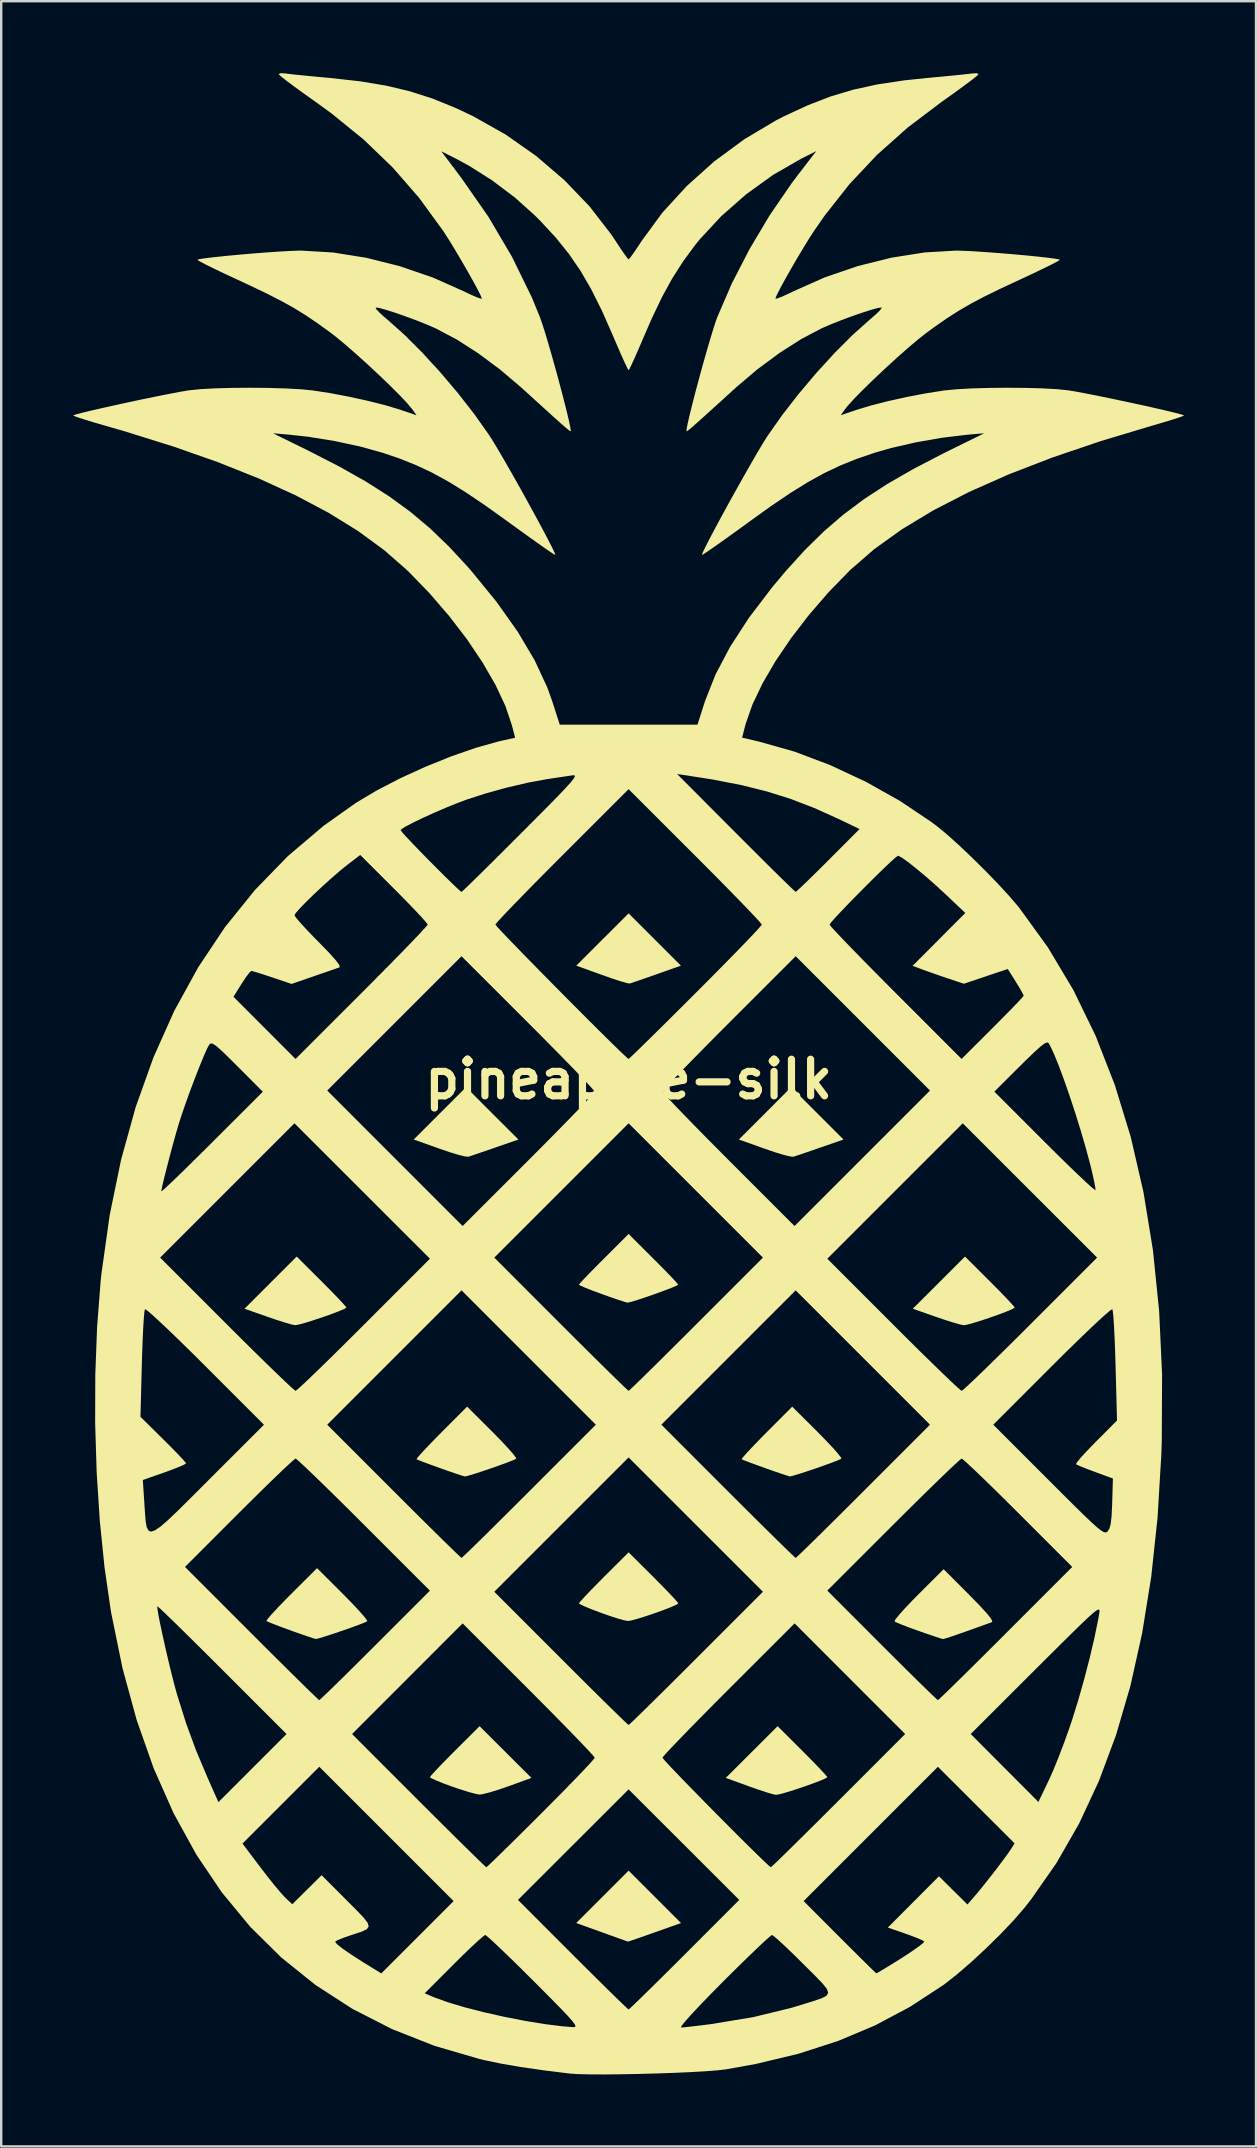
<source format=kicad_pcb>
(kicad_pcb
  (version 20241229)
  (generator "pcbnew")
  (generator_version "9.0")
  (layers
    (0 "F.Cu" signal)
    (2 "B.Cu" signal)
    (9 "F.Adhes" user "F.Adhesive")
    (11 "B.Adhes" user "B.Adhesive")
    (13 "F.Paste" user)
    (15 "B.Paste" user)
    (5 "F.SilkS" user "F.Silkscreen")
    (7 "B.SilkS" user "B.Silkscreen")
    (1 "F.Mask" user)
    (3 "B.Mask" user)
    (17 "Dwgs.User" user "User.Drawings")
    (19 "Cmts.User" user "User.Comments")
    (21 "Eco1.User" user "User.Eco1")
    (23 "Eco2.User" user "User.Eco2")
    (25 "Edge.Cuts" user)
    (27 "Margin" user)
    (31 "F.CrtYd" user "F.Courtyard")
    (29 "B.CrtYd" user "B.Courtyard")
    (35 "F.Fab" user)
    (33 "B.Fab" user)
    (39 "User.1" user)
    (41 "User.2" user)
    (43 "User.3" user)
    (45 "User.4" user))
  (footprint "pineapple-silk"
    (layer "F.Cu")
    (at 23.142 41.919)
    (property "Reference" "pineapple-silk" (at 0 0 0) (layer "F.SilkS") (effects (font (size 1.524 1.524) (thickness 0.3))))
    (attr board_only exclude_from_pos_files exclude_from_bom)
    (fp_poly (pts (xy -5.683 1.421) (xy -4.592 2.511) (xy -5.565 2.848) (xy -5.975 2.99) (xy -6.328 3.111) (xy -6.58 3.196) (xy -6.679 3.229) (xy -6.819 3.216) (xy -7.095 3.147) (xy -7.466 3.035) (xy -7.887 2.891) (xy -8.953 2.51) (xy -6.773 0.33)) (stroke (width 0) (type solid)) (fill yes) (layer "F.SilkS"))
    (fp_poly (pts (xy 2.179 -4.734) (xy 1.16 -4.374) (xy 0.747 -4.229) (xy 0.397 -4.107) (xy 0.15 -4.022) (xy 0.047 -3.989) (xy -0.074 -4.009) (xy -0.332 -4.083) (xy -0.691 -4.2) (xy -1.112 -4.348) (xy -1.113 -4.348) (xy -2.18 -4.734) (xy -1.09 -5.824) (xy 0 -6.913)) (stroke (width 0) (type solid)) (fill yes) (layer "F.SilkS"))
    (fp_poly (pts (xy 2.183 35.157) (xy 1.086 35.547) (xy 0.666 35.695) (xy 0.318 35.816) (xy 0.075 35.899) (xy -0.028 35.931) (xy -0.03 35.931) (xy -0.119 35.899) (xy -0.351 35.816) (xy -0.691 35.694) (xy -1.103 35.546) (xy -1.115 35.542) (xy -2.183 35.157) (xy 0 32.974)) (stroke (width 0) (type solid)) (fill yes) (layer "F.SilkS"))
    (fp_poly (pts (xy 7.864 1.421) (xy 8.954 2.511) (xy 7.981 2.848) (xy 7.571 2.99) (xy 7.218 3.111) (xy 6.966 3.196) (xy 6.867 3.229) (xy 6.728 3.216) (xy 6.452 3.147) (xy 6.08 3.035) (xy 5.66 2.891) (xy 4.594 2.51) (xy 5.684 1.42) (xy 6.773 0.33)) (stroke (width 0) (type solid)) (fill yes) (layer "F.SilkS"))
    (fp_poly (pts (xy -4.048 29.11) (xy -5.011 29.46) (xy -5.429 29.604) (xy -5.804 29.718) (xy -6.087 29.788) (xy -6.209 29.804) (xy -6.395 29.77) (xy -6.707 29.684) (xy -7.095 29.561) (xy -7.361 29.47) (xy -7.741 29.329) (xy -8.044 29.205) (xy -8.234 29.116) (xy -8.279 29.08) (xy -8.215 28.996) (xy -8.041 28.804) (xy -7.778 28.528) (xy -7.449 28.193) (xy -7.244 27.987) (xy -6.209 26.955)) (stroke (width 0) (type solid)) (fill yes) (layer "F.SilkS"))
    (fp_poly (pts (xy 7.244 27.987) (xy 7.599 28.345) (xy 7.902 28.657) (xy 8.129 28.899) (xy 8.258 29.047) (xy 8.279 29.079) (xy 8.196 29.134) (xy 7.975 29.229) (xy 7.659 29.349) (xy 7.291 29.48) (xy 6.912 29.607) (xy 6.566 29.714) (xy 6.295 29.789) (xy 6.141 29.816) (xy 6.14 29.816) (xy 5.986 29.783) (xy 5.701 29.697) (xy 5.329 29.573) (xy 5.011 29.46) (xy 4.048 29.11) (xy 6.209 26.955)) (stroke (width 0) (type solid)) (fill yes) (layer "F.SilkS"))
    (fp_poly (pts (xy 15.051 8.419) (xy 15.407 8.777) (xy 15.71 9.089) (xy 15.937 9.331) (xy 16.066 9.478) (xy 16.087 9.511) (xy 16.004 9.567) (xy 15.783 9.663) (xy 15.468 9.785) (xy 15.101 9.916) (xy 14.724 10.043) (xy 14.38 10.15) (xy 14.111 10.224) (xy 13.964 10.248) (xy 13.803 10.215) (xy 13.511 10.132) (xy 13.133 10.011) (xy 12.812 9.902) (xy 11.841 9.561) (xy 12.929 8.474) (xy 14.016 7.387)) (stroke (width 0) (type solid)) (fill yes) (layer "F.SilkS"))
    (fp_poly (pts (xy -12.795 8.419) (xy -12.439 8.777) (xy -12.136 9.089) (xy -11.909 9.331) (xy -11.78 9.479) (xy -11.759 9.512) (xy -11.842 9.567) (xy -12.063 9.662) (xy -12.379 9.782) (xy -12.747 9.912) (xy -13.125 10.039) (xy -13.472 10.147) (xy -13.743 10.221) (xy -13.897 10.248) (xy -13.898 10.248) (xy -14.052 10.215) (xy -14.338 10.132) (xy -14.712 10.012) (xy -15.034 9.902) (xy -16.004 9.561) (xy -14.917 8.474) (xy -13.83 7.387)) (stroke (width 0) (type solid)) (fill yes) (layer "F.SilkS"))
    (fp_poly (pts (xy 14.201 21.492) (xy 14.644 21.946) (xy 14.948 22.28) (xy 15.117 22.5) (xy 15.154 22.608) (xy 15.14 22.619) (xy 14.437 22.873) (xy 13.87 23.074) (xy 13.45 23.219) (xy 13.188 23.303) (xy 13.095 23.325) (xy 12.984 23.293) (xy 12.736 23.211) (xy 12.39 23.093) (xy 12.089 22.988) (xy 11.694 22.845) (xy 11.368 22.72) (xy 11.148 22.628) (xy 11.079 22.591) (xy 11.118 22.505) (xy 11.272 22.313) (xy 11.519 22.037) (xy 11.838 21.702) (xy 12.068 21.469) (xy 13.126 20.414)) (stroke (width 0) (type solid)) (fill yes) (layer "F.SilkS"))
    (fp_poly (pts (xy -11.902 21.447) (xy -11.544 21.812) (xy -11.244 22.131) (xy -11.024 22.381) (xy -10.904 22.54) (xy -10.891 22.583) (xy -11.009 22.64) (xy -11.259 22.737) (xy -11.598 22.861) (xy -11.979 22.994) (xy -12.359 23.122) (xy -12.692 23.229) (xy -12.933 23.301) (xy -13.035 23.321) (xy -13.155 23.287) (xy -13.411 23.202) (xy -13.763 23.08) (xy -14.082 22.966) (xy -14.477 22.821) (xy -14.802 22.696) (xy -15.02 22.607) (xy -15.09 22.571) (xy -15.044 22.491) (xy -14.884 22.304) (xy -14.632 22.031) (xy -14.309 21.696) (xy -14.061 21.446) (xy -12.982 20.37)) (stroke (width 0) (type solid)) (fill yes) (layer "F.SilkS"))
    (fp_poly (pts (xy -5.671 14.696) (xy -5.317 15.057) (xy -5.022 15.372) (xy -4.807 15.618) (xy -4.692 15.771) (xy -4.682 15.81) (xy -4.801 15.868) (xy -5.053 15.967) (xy -5.392 16.091) (xy -5.774 16.225) (xy -6.153 16.353) (xy -6.484 16.46) (xy -6.723 16.53) (xy -6.82 16.549) (xy -6.943 16.515) (xy -7.202 16.43) (xy -7.555 16.309) (xy -7.855 16.203) (xy -8.245 16.061) (xy -8.565 15.943) (xy -8.775 15.861) (xy -8.838 15.832) (xy -8.79 15.758) (xy -8.629 15.574) (xy -8.376 15.304) (xy -8.053 14.97) (xy -7.805 14.719) (xy -6.729 13.641)) (stroke (width 0) (type solid)) (fill yes) (layer "F.SilkS"))
    (fp_poly (pts (xy 1.035 20.743) (xy 1.39 21.101) (xy 1.693 21.413) (xy 1.92 21.655) (xy 2.049 21.803) (xy 2.07 21.836) (xy 1.987 21.895) (xy 1.767 21.993) (xy 1.452 22.116) (xy 1.085 22.249) (xy 0.71 22.375) (xy 0.369 22.481) (xy 0.104 22.552) (xy -0.031 22.572) (xy -0.203 22.539) (xy -0.502 22.453) (xy -0.882 22.328) (xy -1.152 22.232) (xy -1.532 22.088) (xy -1.835 21.963) (xy -2.024 21.872) (xy -2.07 21.836) (xy -2.006 21.752) (xy -1.832 21.56) (xy -1.569 21.285) (xy -1.24 20.95) (xy -1.035 20.743) (xy 0 19.712)) (stroke (width 0) (type solid)) (fill yes) (layer "F.SilkS"))
    (fp_poly (pts (xy 7.876 14.696) (xy 8.23 15.057) (xy 8.525 15.372) (xy 8.74 15.618) (xy 8.854 15.771) (xy 8.865 15.81) (xy 8.747 15.866) (xy 8.496 15.964) (xy 8.158 16.087) (xy 7.777 16.221) (xy 7.397 16.349) (xy 7.064 16.456) (xy 6.822 16.528) (xy 6.72 16.548) (xy 6.6 16.514) (xy 6.344 16.43) (xy 5.993 16.309) (xy 5.691 16.203) (xy 5.302 16.061) (xy 4.982 15.943) (xy 4.772 15.861) (xy 4.708 15.832) (xy 4.757 15.758) (xy 4.918 15.574) (xy 5.171 15.304) (xy 5.494 14.97) (xy 5.742 14.719) (xy 6.817 13.641)) (stroke (width 0) (type solid)) (fill yes) (layer "F.SilkS"))
    (fp_poly (pts (xy 1.035 7.479) (xy 1.39 7.836) (xy 1.693 8.146) (xy 1.92 8.385) (xy 2.049 8.529) (xy 2.07 8.559) (xy 1.987 8.607) (xy 1.768 8.698) (xy 1.455 8.817) (xy 1.09 8.95) (xy 0.716 9.08) (xy 0.375 9.193) (xy 0.11 9.274) (xy -0.038 9.308) (xy -0.047 9.308) (xy -0.17 9.275) (xy -0.428 9.191) (xy -0.782 9.069) (xy -1.105 8.954) (xy -1.495 8.81) (xy -1.809 8.686) (xy -2.012 8.596) (xy -2.07 8.559) (xy -2.006 8.479) (xy -1.832 8.291) (xy -1.57 8.019) (xy -1.241 7.686) (xy -1.035 7.479) (xy 0 6.447)) (stroke (width 0) (type solid)) (fill yes) (layer "F.SilkS"))
    (fp_poly (pts (xy -14.323 -41.91) (xy -14.146 -41.888) (xy -13.818 -41.852) (xy -13.376 -41.808) (xy -12.856 -41.759) (xy -12.418 -41.718) (xy -11.193 -41.582) (xy -10.107 -41.402) (xy -9.113 -41.165) (xy -8.163 -40.86) (xy -7.211 -40.472) (xy -6.473 -40.123) (xy -5.127 -39.365) (xy -3.854 -38.471) (xy -2.678 -37.464) (xy -1.627 -36.369) (xy -0.728 -35.207) (xy -0.544 -34.931) (xy -0.328 -34.603) (xy -0.149 -34.345) (xy -0.031 -34.19) (xy 0 -34.161) (xy 0.068 -34.235) (xy 0.212 -34.434) (xy 0.408 -34.723) (xy 0.544 -34.931) (xy 1.404 -36.104) (xy 2.422 -37.217) (xy 3.571 -38.247) (xy 4.825 -39.169) (xy 6.156 -39.961) (xy 6.473 -40.123) (xy 7.457 -40.579) (xy 8.403 -40.945) (xy 9.36 -41.232) (xy 10.373 -41.453) (xy 11.49 -41.621) (xy 12.418 -41.718) (xy 12.973 -41.77) (xy 13.479 -41.818) (xy 13.9 -41.861) (xy 14.198 -41.894) (xy 14.323 -41.91) (xy 14.509 -41.918) (xy 14.581 -41.879) (xy 14.508 -41.805) (xy 14.303 -41.641) (xy 13.99 -41.406) (xy 13.592 -41.115) (xy 13.133 -40.788) (xy 13.053 -40.732) (xy 11.621 -39.649) (xy 10.348 -38.514) (xy 9.204 -37.299) (xy 8.162 -35.976) (xy 7.724 -35.345) (xy 7.515 -35.022) (xy 7.272 -34.626) (xy 7.012 -34.19) (xy 6.755 -33.746) (xy 6.518 -33.327) (xy 6.321 -32.965) (xy 6.181 -32.692) (xy 6.117 -32.54) (xy 6.115 -32.527) (xy 6.192 -32.534) (xy 6.399 -32.612) (xy 6.698 -32.748) (xy 6.867 -32.831) (xy 8.173 -33.412) (xy 9.55 -33.883) (xy 10.954 -34.233) (xy 12.339 -34.451) (xy 13.638 -34.527) (xy 13.956 -34.519) (xy 14.382 -34.498) (xy 14.885 -34.465) (xy 15.434 -34.424) (xy 15.998 -34.377) (xy 16.545 -34.328) (xy 17.045 -34.278) (xy 17.466 -34.231) (xy 17.777 -34.189) (xy 17.946 -34.156) (xy 17.968 -34.143) (xy 17.887 -34.087) (xy 17.66 -33.967) (xy 17.313 -33.795) (xy 16.871 -33.583) (xy 16.362 -33.345) (xy 16.266 -33.301) (xy 15.474 -32.931) (xy 14.818 -32.61) (xy 14.258 -32.314) (xy 13.756 -32.023) (xy 13.273 -31.713) (xy 12.77 -31.364) (xy 12.418 -31.107) (xy 12.071 -30.835) (xy 11.648 -30.477) (xy 11.178 -30.062) (xy 10.689 -29.615) (xy 10.212 -29.165) (xy 9.773 -28.737) (xy 9.402 -28.36) (xy 9.129 -28.059) (xy 9.019 -27.921) (xy 8.837 -27.667) (xy 9.506 -27.894) (xy 10.093 -28.072) (xy 10.806 -28.254) (xy 11.587 -28.427) (xy 12.375 -28.578) (xy 13.109 -28.694) (xy 13.17 -28.702) (xy 13.667 -28.75) (xy 14.297 -28.785) (xy 15.014 -28.806) (xy 15.773 -28.813) (xy 16.527 -28.807) (xy 17.23 -28.788) (xy 17.837 -28.754) (xy 18.297 -28.708) (xy 18.601 -28.659) (xy 19.018 -28.581) (xy 19.52 -28.483) (xy 20.078 -28.368) (xy 20.664 -28.245) (xy 21.247 -28.119) (xy 21.801 -27.997) (xy 22.295 -27.884) (xy 22.7 -27.787) (xy 22.989 -27.712) (xy 23.131 -27.666) (xy 23.142 -27.658) (xy 23.056 -27.617) (xy 22.821 -27.536) (xy 22.47 -27.426) (xy 22.033 -27.297) (xy 21.848 -27.244) (xy 19.66 -26.586) (xy 17.654 -25.905) (xy 15.827 -25.199) (xy 14.175 -24.466) (xy 12.694 -23.703) (xy 11.38 -22.91) (xy 10.228 -22.083) (xy 9.236 -21.222) (xy 9.203 -21.19) (xy 8.33 -20.291) (xy 7.515 -19.348) (xy 6.774 -18.385) (xy 6.123 -17.425) (xy 5.58 -16.495) (xy 5.16 -15.616) (xy 4.88 -14.815) (xy 4.865 -14.76) (xy 4.729 -14.234) (xy 5.445 -14.067) (xy 6.907 -13.653) (xy 8.4 -13.089) (xy 9.878 -12.399) (xy 11.296 -11.604) (xy 12.607 -10.725) (xy 12.841 -10.55) (xy 13.249 -10.216) (xy 13.742 -9.773) (xy 14.285 -9.259) (xy 14.842 -8.709) (xy 15.377 -8.158) (xy 15.853 -7.642) (xy 16.234 -7.197) (xy 16.272 -7.15) (xy 17.468 -5.499) (xy 18.532 -3.717) (xy 19.462 -1.803) (xy 20.259 0.238) (xy 20.923 2.406) (xy 21.452 4.699) (xy 21.846 7.115) (xy 22.105 9.652) (xy 22.228 12.307) (xy 22.215 15.08) (xy 22.197 15.625) (xy 22.04 18.26) (xy 21.774 20.745) (xy 21.397 23.082) (xy 20.909 25.274) (xy 20.31 27.324) (xy 19.597 29.236) (xy 18.77 31.013) (xy 17.828 32.656) (xy 16.771 34.17) (xy 16.483 34.536) (xy 16.041 35.046) (xy 15.496 35.619) (xy 14.892 36.213) (xy 14.272 36.787) (xy 13.678 37.3) (xy 13.154 37.712) (xy 13.102 37.749) (xy 11.722 38.65) (xy 10.272 39.421) (xy 8.732 40.069) (xy 7.084 40.602) (xy 5.306 41.028) (xy 4.045 41.255) (xy 3.702 41.295) (xy 3.208 41.333) (xy 2.598 41.368) (xy 1.904 41.399) (xy 1.162 41.425) (xy 0.404 41.445) (xy -0.336 41.459) (xy -1.024 41.466) (xy -1.626 41.463) (xy -2.109 41.452) (xy -2.439 41.43) (xy -2.446 41.429) (xy -3.557 41.292) (xy -4.507 41.155) (xy -5.322 41.014) (xy -6.029 40.866) (xy -6.209 40.823) (xy -8.093 40.273) (xy -9.862 39.575) (xy -9.988 39.51) (xy 2.179 39.51) (xy 2.183 39.511) (xy 2.336 39.499) (xy 2.631 39.467) (xy 3.026 39.42) (xy 3.449 39.366) (xy 5.187 39.079) (xy 6.778 38.692) (xy 7.244 38.551) (xy 7.705 38.407) (xy 8.037 38.295) (xy 8.241 38.19) (xy 8.316 38.069) (xy 8.264 37.906) (xy 8.084 37.679) (xy 7.779 37.363) (xy 7.347 36.933) (xy 7.281 36.867) (xy 6.89 36.48) (xy 6.541 36.144) (xy 6.256 35.881) (xy 6.059 35.71) (xy 5.974 35.654) (xy 5.886 35.718) (xy 5.682 35.9) (xy 5.382 36.181) (xy 5.001 36.547) (xy 4.559 36.979) (xy 4.071 37.462) (xy 3.951 37.583) (xy 3.436 38.103) (xy 2.993 38.562) (xy 2.633 38.946) (xy 2.369 39.241) (xy 2.213 39.434) (xy 2.179 39.51) (xy -9.988 39.51) (xy -11.513 38.73) (xy -12.511 38.085) (xy -8.496 38.085) (xy -8.129 38.241) (xy -7.568 38.447) (xy -6.864 38.659) (xy -6.061 38.866) (xy -5.204 39.06) (xy -4.337 39.23) (xy -3.503 39.367) (xy -2.748 39.461) (xy -2.306 39.496) (xy -2.235 39.49) (xy -2.212 39.452) (xy -2.248 39.369) (xy -2.356 39.228) (xy -2.546 39.014) (xy -2.831 38.714) (xy -3.223 38.315) (xy -3.732 37.802) (xy -3.951 37.583) (xy -4.446 37.09) (xy -4.901 36.644) (xy -5.298 36.261) (xy -5.619 35.958) (xy -5.847 35.751) (xy -5.964 35.658) (xy -5.974 35.654) (xy -6.068 35.718) (xy -6.272 35.895) (xy -6.561 36.164) (xy -6.913 36.503) (xy -7.283 36.87) (xy -8.496 38.085) (xy -12.511 38.085) (xy -13.048 37.737) (xy -14.466 36.598) (xy -15.766 35.313) (xy -16.949 33.881) (xy -18.013 32.303) (xy -18.264 31.846) (xy -16.088 31.846) (xy -15.344 32.833) (xy -15.037 33.232) (xy -14.741 33.602) (xy -14.489 33.901) (xy -14.314 34.091) (xy -14.307 34.098) (xy -14.014 34.375) (xy -13.403 33.77) (xy -12.792 33.164) (xy -11.735 34.223) (xy -11.321 34.637) (xy -11.034 34.939) (xy -10.871 35.153) (xy -10.83 35.303) (xy -10.909 35.413) (xy -11.105 35.509) (xy -11.416 35.614) (xy -11.595 35.672) (xy -11.907 35.781) (xy -12.133 35.875) (xy -12.229 35.934) (xy -12.23 35.937) (xy -12.15 36.038) (xy -11.923 36.219) (xy -11.565 36.467) (xy -11.092 36.771) (xy -10.963 36.85) (xy -10.305 37.256) (xy -8.798 35.75) (xy -7.291 34.243) (xy -7.34 34.194) (xy -4.61 34.194) (xy -2.329 36.477) (xy -1.791 37.013) (xy -1.296 37.505) (xy -0.859 37.937) (xy -0.495 38.293) (xy -0.22 38.558) (xy -0.05 38.718) (xy 0 38.759) (xy 0.076 38.694) (xy 0.268 38.512) (xy 0.562 38.227) (xy 0.942 37.854) (xy 1.393 37.409) (xy 1.898 36.907) (xy 2.329 36.477) (xy 4.562 34.242) (xy 7.292 34.242) (xy 8.795 35.748) (xy 9.228 36.18) (xy 9.614 36.563) (xy 9.934 36.88) (xy 10.169 37.11) (xy 10.301 37.236) (xy 10.322 37.253) (xy 10.407 37.208) (xy 10.611 37.088) (xy 10.892 36.918) (xy 10.939 36.89) (xy 11.407 36.597) (xy 11.803 36.336) (xy 12.102 36.125) (xy 12.281 35.981) (xy 12.32 35.929) (xy 12.239 35.876) (xy 12.021 35.781) (xy 11.705 35.66) (xy 11.563 35.61) (xy 10.801 35.345) (xy 11.866 34.277) (xy 12.931 33.209) (xy 13.524 33.797) (xy 14.118 34.384) (xy 14.443 34.008) (xy 14.688 33.715) (xy 14.981 33.348) (xy 15.289 32.954) (xy 15.575 32.576) (xy 15.806 32.261) (xy 15.932 32.076) (xy 16.082 31.837) (xy 14.485 30.242) (xy 12.887 28.647) (xy 7.292 34.242) (xy 4.562 34.242) (xy 4.61 34.194) (xy 0 29.588) (xy -4.61 34.194) (xy -7.34 34.194) (xy -12.888 28.646) (xy -14.488 30.246) (xy -16.088 31.846) (xy -18.264 31.846) (xy -18.96 30.58) (xy -19.788 28.712) (xy -20.497 26.699) (xy -21.087 24.541) (xy -21.558 22.24) (xy -21.58 22.107) (xy -21.602 21.957) (xy -19.637 21.957) (xy -19.633 22.061) (xy -19.592 22.316) (xy -19.519 22.688) (xy -19.422 23.145) (xy -19.308 23.656) (xy -19.185 24.187) (xy -19.06 24.706) (xy -18.939 25.181) (xy -18.831 25.579) (xy -18.815 25.635) (xy -18.437 26.838) (xy -18.017 27.98) (xy -17.524 29.147) (xy -17.091 30.119) (xy -14.253 27.282) (xy -14.253 27.282) (xy -11.523 27.282) (xy -8.749 30.057) (xy -8.154 30.65) (xy -7.601 31.201) (xy -7.104 31.694) (xy -6.676 32.115) (xy -6.331 32.452) (xy -6.084 32.69) (xy -5.949 32.816) (xy -5.928 32.832) (xy -5.853 32.768) (xy -5.66 32.586) (xy -5.367 32.301) (xy -4.988 31.93) (xy -4.539 31.487) (xy -4.036 30.987) (xy -3.646 30.598) (xy -3.115 30.064) (xy -2.628 29.571) (xy -2.203 29.133) (xy -1.853 28.768) (xy -1.595 28.491) (xy -1.445 28.319) (xy -1.411 28.269) (xy -1.412 28.268) (xy 1.411 28.268) (xy 1.475 28.351) (xy 1.653 28.547) (xy 1.928 28.838) (xy 2.28 29.204) (xy 2.691 29.626) (xy 3.142 30.086) (xy 3.613 30.564) (xy 4.087 31.041) (xy 4.544 31.499) (xy 4.966 31.919) (xy 5.334 32.281) (xy 5.628 32.566) (xy 5.832 32.756) (xy 5.924 32.831) (xy 5.927 32.832) (xy 6.001 32.767) (xy 6.195 32.584) (xy 6.493 32.294) (xy 6.881 31.913) (xy 7.346 31.453) (xy 7.874 30.93) (xy 8.449 30.356) (xy 8.749 30.057) (xy 11.523 27.282) (xy 11.522 27.281) (xy 14.254 27.281) (xy 15.664 28.696) (xy 17.074 30.112) (xy 17.516 29.191) (xy 17.703 28.772) (xy 17.922 28.231) (xy 18.153 27.624) (xy 18.373 27.009) (xy 18.471 26.717) (xy 18.728 25.895) (xy 18.981 25.002) (xy 19.216 24.096) (xy 19.418 23.233) (xy 19.573 22.471) (xy 19.611 22.249) (xy 19.622 22.16) (xy 19.614 22.104) (xy 19.574 22.092) (xy 19.492 22.135) (xy 19.355 22.241) (xy 19.152 22.422) (xy 18.871 22.688) (xy 18.501 23.049) (xy 18.029 23.515) (xy 17.444 24.097) (xy 16.963 24.576) (xy 14.254 27.281) (xy 11.522 27.281) (xy 9.219 24.977) (xy 6.916 22.672) (xy 4.163 25.423) (xy 3.572 26.016) (xy 3.024 26.571) (xy 2.533 27.071) (xy 2.114 27.503) (xy 1.78 27.852) (xy 1.546 28.104) (xy 1.425 28.245) (xy 1.411 28.268) (xy -1.412 28.268) (xy -1.476 28.184) (xy -1.66 27.981) (xy -1.95 27.675) (xy -2.331 27.279) (xy -2.791 26.808) (xy -3.314 26.276) (xy -3.888 25.699) (xy -4.163 25.423) (xy -6.916 22.672) (xy -9.219 24.977) (xy -11.523 27.282) (xy -14.253 27.282) (xy -16.93 24.604) (xy -17.512 24.023) (xy -18.053 23.486) (xy -18.537 23.008) (xy -18.95 22.603) (xy -19.279 22.285) (xy -19.509 22.067) (xy -19.625 21.964) (xy -19.637 21.957) (xy -21.602 21.957) (xy -21.839 20.32) (xy -18.484 20.32) (xy -15.71 23.095) (xy -15.116 23.689) (xy -14.563 24.239) (xy -14.065 24.732) (xy -13.637 25.154) (xy -13.293 25.491) (xy -13.046 25.729) (xy -12.911 25.854) (xy -12.889 25.87) (xy -12.814 25.806) (xy -12.622 25.624) (xy -12.328 25.339) (xy -11.948 24.967) (xy -11.497 24.522) (xy -10.992 24.02) (xy -10.56 23.59) (xy -8.324 21.354) (xy -5.597 21.354) (xy -2.822 24.13) (xy -2.228 24.724) (xy -1.675 25.274) (xy -1.177 25.767) (xy -0.749 26.189) (xy -0.404 26.525) (xy -0.157 26.764) (xy -0.021 26.889) (xy 0 26.905) (xy 0.075 26.841) (xy 0.268 26.657) (xy 0.566 26.367) (xy 0.954 25.986) (xy 1.419 25.527) (xy 1.947 25.003) (xy 2.523 24.429) (xy 2.822 24.13) (xy 5.597 21.354) (xy 5.549 21.306) (xy 8.279 21.306) (xy 10.559 23.588) (xy 11.097 24.125) (xy 11.592 24.617) (xy 12.029 25.048) (xy 12.393 25.405) (xy 12.668 25.67) (xy 12.838 25.829) (xy 12.888 25.87) (xy 12.963 25.806) (xy 13.156 25.622) (xy 13.454 25.333) (xy 13.843 24.951) (xy 14.308 24.492) (xy 14.835 23.968) (xy 15.411 23.395) (xy 15.71 23.095) (xy 18.484 20.32) (xy 16.228 18.062) (xy 15.691 17.528) (xy 15.195 17.039) (xy 14.754 16.61) (xy 14.386 16.257) (xy 14.106 15.996) (xy 13.931 15.841) (xy 13.877 15.804) (xy 13.793 15.869) (xy 13.59 16.053) (xy 13.283 16.343) (xy 12.887 16.724) (xy 12.416 17.183) (xy 11.885 17.707) (xy 11.307 18.28) (xy 11.031 18.555) (xy 8.279 21.306) (xy 5.549 21.306) (xy 2.798 18.556) (xy 0 15.758) (xy -2.798 18.556) (xy -5.597 21.354) (xy -8.324 21.354) (xy -8.278 21.309) (xy -11.03 18.557) (xy -11.623 17.965) (xy -12.177 17.417) (xy -12.678 16.926) (xy -13.11 16.507) (xy -13.459 16.174) (xy -13.712 15.939) (xy -13.853 15.818) (xy -13.876 15.804) (xy -13.963 15.869) (xy -14.166 16.051) (xy -14.469 16.337) (xy -14.857 16.71) (xy -15.313 17.155) (xy -15.821 17.657) (xy -16.228 18.062) (xy -18.484 20.32) (xy -21.839 20.32) (xy -21.839 20.315) (xy -22.034 18.391) (xy -22.164 16.384) (xy -22.227 14.34) (xy -22.226 14.064) (xy -20.34 14.064) (xy -19.389 15.003) (xy -19.049 15.343) (xy -18.762 15.638) (xy -18.554 15.86) (xy -18.447 15.986) (xy -18.439 16.003) (xy -18.521 16.058) (xy -18.745 16.157) (xy -19.072 16.284) (xy -19.34 16.381) (xy -20.241 16.698) (xy -20.176 17.686) (xy -20.15 18.092) (xy -20.123 18.416) (xy -20.081 18.653) (xy -20.012 18.799) (xy -19.902 18.849) (xy -19.738 18.797) (xy -19.507 18.64) (xy -19.197 18.372) (xy -18.793 17.988) (xy -18.284 17.484) (xy -17.655 16.855) (xy -17.503 16.703) (xy -15.194 14.394) (xy -15.195 14.393) (xy -12.558 14.393) (xy -9.784 17.168) (xy -9.189 17.762) (xy -8.636 18.312) (xy -8.138 18.805) (xy -7.71 19.227) (xy -7.365 19.564) (xy -7.118 19.802) (xy -6.983 19.928) (xy -6.961 19.944) (xy -6.887 19.879) (xy -6.693 19.695) (xy -6.396 19.406) (xy -6.007 19.025) (xy -5.542 18.565) (xy -5.015 18.042) (xy -4.439 17.468) (xy -4.139 17.168) (xy -1.365 14.393) (xy 1.365 14.393) (xy 4.139 17.168) (xy 4.734 17.762) (xy 5.287 18.312) (xy 5.785 18.805) (xy 6.213 19.227) (xy 6.558 19.564) (xy 6.805 19.802) (xy 6.94 19.928) (xy 6.961 19.944) (xy 7.036 19.879) (xy 7.229 19.695) (xy 7.527 19.406) (xy 7.916 19.025) (xy 8.381 18.565) (xy 8.908 18.042) (xy 9.484 17.468) (xy 9.784 17.168) (xy 12.558 14.393) (xy 15.194 14.393) (xy 17.497 16.697) (xy 18.112 17.312) (xy 18.608 17.804) (xy 19 18.188) (xy 19.301 18.474) (xy 19.525 18.674) (xy 19.686 18.801) (xy 19.798 18.867) (xy 19.874 18.884) (xy 19.929 18.864) (xy 19.959 18.837) (xy 20.035 18.719) (xy 20.088 18.523) (xy 20.123 18.216) (xy 20.145 17.763) (xy 20.149 17.654) (xy 20.179 16.635) (xy 19.436 16.362) (xy 19.09 16.232) (xy 18.816 16.122) (xy 18.659 16.05) (xy 18.641 16.038) (xy 18.684 15.957) (xy 18.839 15.769) (xy 19.082 15.502) (xy 19.391 15.182) (xy 19.47 15.102) (xy 20.35 14.218) (xy 20.29 11.937) (xy 20.27 11.299) (xy 20.247 10.724) (xy 20.222 10.238) (xy 20.196 9.868) (xy 20.171 9.641) (xy 20.155 9.581) (xy 20.073 9.628) (xy 19.875 9.794) (xy 19.575 10.067) (xy 19.189 10.43) (xy 18.731 10.871) (xy 18.216 11.374) (xy 17.661 11.926) (xy 17.637 11.949) (xy 15.194 14.393) (xy 12.558 14.393) (xy 12.558 14.393) (xy 9.76 11.595) (xy 6.961 8.796) (xy 1.365 14.393) (xy -1.365 14.393) (xy -4.163 11.595) (xy -6.961 8.796) (xy -12.558 14.393) (xy -15.195 14.393) (xy -17.637 11.95) (xy -18.194 11.396) (xy -18.71 10.89) (xy -19.17 10.447) (xy -19.56 10.079) (xy -19.863 9.802) (xy -20.065 9.63) (xy -20.151 9.577) (xy -20.152 9.578) (xy -20.175 9.689) (xy -20.2 9.961) (xy -20.225 10.366) (xy -20.249 10.879) (xy -20.271 11.47) (xy -20.282 11.857) (xy -20.34 14.064) (xy -22.226 14.064) (xy -22.221 12.306) (xy -22.147 10.329) (xy -22.002 8.455) (xy -21.964 8.09) (xy -21.871 7.431) (xy -19.52 7.431) (xy -16.745 10.207) (xy -16.149 10.801) (xy -15.592 11.352) (xy -15.089 11.845) (xy -14.654 12.267) (xy -14.302 12.604) (xy -14.046 12.842) (xy -13.902 12.966) (xy -13.876 12.982) (xy -13.791 12.918) (xy -13.588 12.734) (xy -13.281 12.444) (xy -12.885 12.062) (xy -12.414 11.603) (xy -11.883 11.079) (xy -11.306 10.506) (xy -11.03 10.23) (xy -8.279 7.478) (xy -8.325 7.431) (xy -5.597 7.431) (xy -2.822 10.207) (xy -2.228 10.801) (xy -1.675 11.351) (xy -1.177 11.844) (xy -0.749 12.266) (xy -0.404 12.602) (xy -0.157 12.841) (xy -0.021 12.966) (xy 0 12.982) (xy 0.075 12.918) (xy 0.268 12.734) (xy 0.566 12.444) (xy 0.954 12.063) (xy 1.419 11.604) (xy 1.947 11.08) (xy 2.523 10.506) (xy 2.822 10.207) (xy 5.55 7.478) (xy 8.279 7.478) (xy 11.03 10.23) (xy 11.623 10.822) (xy 12.177 11.37) (xy 12.678 11.86) (xy 13.11 12.279) (xy 13.459 12.613) (xy 13.712 12.847) (xy 13.853 12.968) (xy 13.876 12.982) (xy 13.961 12.918) (xy 14.164 12.734) (xy 14.471 12.444) (xy 14.867 12.062) (xy 15.338 11.601) (xy 15.871 11.077) (xy 16.449 10.503) (xy 16.745 10.207) (xy 19.52 7.431) (xy 16.721 4.633) (xy 13.923 1.835) (xy 11.101 4.656) (xy 8.279 7.478) (xy 5.55 7.478) (xy 5.597 7.431) (xy 2.798 4.633) (xy 0 1.835) (xy -2.798 4.633) (xy -5.597 7.431) (xy -8.325 7.431) (xy -11.101 4.656) (xy -13.923 1.835) (xy -16.721 4.633) (xy -19.52 7.431) (xy -21.871 7.431) (xy -21.622 5.663) (xy -21.419 4.673) (xy -19.473 4.673) (xy -19.41 4.628) (xy -19.229 4.464) (xy -18.947 4.198) (xy -18.58 3.843) (xy -18.144 3.415) (xy -17.653 2.929) (xy -17.357 2.634) (xy -15.241 0.52) (xy -15.29 0.47) (xy -12.558 0.47) (xy -9.737 3.292) (xy -6.916 6.115) (xy -4.163 3.364) (xy -3.572 2.77) (xy -3.024 2.216) (xy -2.533 1.715) (xy -2.114 1.283) (xy -1.78 0.934) (xy -1.546 0.682) (xy -1.425 0.541) (xy -1.411 0.517) (xy -1.412 0.516) (xy 1.411 0.516) (xy 1.476 0.601) (xy 1.66 0.804) (xy 1.949 1.11) (xy 2.331 1.506) (xy 2.79 1.977) (xy 3.313 2.509) (xy 3.886 3.086) (xy 4.162 3.363) (xy 6.914 6.115) (xy 12.514 0.515) (xy 15.239 0.515) (xy 17.333 2.61) (xy 17.845 3.119) (xy 18.314 3.579) (xy 18.723 3.973) (xy 19.056 4.287) (xy 19.298 4.506) (xy 19.432 4.614) (xy 19.454 4.621) (xy 19.444 4.5) (xy 19.394 4.239) (xy 19.314 3.879) (xy 19.237 3.562) (xy 19.059 2.896) (xy 18.852 2.182) (xy 18.625 1.452) (xy 18.39 0.736) (xy 18.156 0.063) (xy 17.935 -0.534) (xy 17.736 -1.027) (xy 17.57 -1.384) (xy 17.5 -1.505) (xy 17.442 -1.536) (xy 17.335 -1.493) (xy 17.161 -1.362) (xy 16.903 -1.13) (xy 16.543 -0.782) (xy 16.324 -0.566) (xy 15.239 0.515) (xy 12.514 0.515) (xy 12.558 0.47) (xy 6.962 -5.126) (xy 4.186 -2.352) (xy 3.592 -1.756) (xy 3.042 -1.199) (xy 2.548 -0.696) (xy 2.126 -0.262) (xy 1.79 0.091) (xy 1.552 0.346) (xy 1.427 0.49) (xy 1.411 0.516) (xy -1.412 0.516) (xy -1.476 0.433) (xy -1.66 0.23) (xy -1.95 -0.077) (xy -2.332 -0.474) (xy -2.792 -0.945) (xy -3.316 -1.477) (xy -3.891 -2.056) (xy -4.186 -2.352) (xy -6.962 -5.126) (xy -12.558 0.47) (xy -15.29 0.47) (xy -16.299 -0.541) (xy -16.699 -0.939) (xy -16.989 -1.218) (xy -17.19 -1.392) (xy -17.323 -1.478) (xy -17.408 -1.493) (xy -17.467 -1.451) (xy -17.475 -1.441) (xy -17.566 -1.272) (xy -17.703 -0.962) (xy -17.874 -0.546) (xy -18.065 -0.059) (xy -18.262 0.462) (xy -18.45 0.982) (xy -18.617 1.464) (xy -18.748 1.872) (xy -18.751 1.881) (xy -18.861 2.26) (xy -18.985 2.707) (xy -19.113 3.184) (xy -19.235 3.653) (xy -19.342 4.075) (xy -19.422 4.412) (xy -19.467 4.625) (xy -19.473 4.673) (xy -21.419 4.673) (xy -21.147 3.353) (xy -20.54 1.163) (xy -19.801 -0.904) (xy -18.933 -2.846) (xy -18.608 -3.437) (xy -16.464 -3.437) (xy -15.171 -2.142) (xy -13.878 -0.846) (xy -11.125 -3.597) (xy -10.533 -4.191) (xy -9.985 -4.745) (xy -9.495 -5.246) (xy -9.076 -5.678) (xy -8.742 -6.028) (xy -8.508 -6.28) (xy -8.386 -6.421) (xy -8.373 -6.445) (xy -8.373 -6.445) (xy -5.55 -6.445) (xy -5.486 -6.364) (xy -5.306 -6.168) (xy -5.025 -5.873) (xy -4.662 -5.497) (xy -4.233 -5.056) (xy -3.755 -4.569) (xy -3.245 -4.051) (xy -2.72 -3.52) (xy -2.197 -2.994) (xy -1.692 -2.488) (xy -1.223 -2.021) (xy -0.806 -1.609) (xy -0.459 -1.269) (xy -0.198 -1.019) (xy -0.04 -0.875) (xy -0.001 -0.847) (xy 0.073 -0.911) (xy 0.266 -1.095) (xy 0.564 -1.384) (xy 0.952 -1.765) (xy 1.417 -2.223) (xy 1.943 -2.746) (xy 2.518 -3.318) (xy 2.798 -3.598) (xy 3.39 -4.191) (xy 3.938 -4.746) (xy 4.428 -5.246) (xy 4.848 -5.678) (xy 5.181 -6.028) (xy 5.415 -6.28) (xy 5.537 -6.421) (xy 5.55 -6.444) (xy 8.373 -6.444) (xy 8.437 -6.359) (xy 8.621 -6.157) (xy 8.911 -5.85) (xy 9.292 -5.455) (xy 9.751 -4.984) (xy 10.275 -4.453) (xy 10.848 -3.875) (xy 11.123 -3.599) (xy 13.874 -0.847) (xy 15.169 -2.139) (xy 15.568 -2.541) (xy 15.918 -2.896) (xy 16.197 -3.186) (xy 16.385 -3.387) (xy 16.462 -3.48) (xy 16.463 -3.482) (xy 16.417 -3.582) (xy 16.296 -3.794) (xy 16.131 -4.064) (xy 15.799 -4.595) (xy 13.97 -3.98) (xy 13.311 -4.2) (xy 12.914 -4.335) (xy 12.522 -4.472) (xy 12.243 -4.573) (xy 11.833 -4.727) (xy 12.931 -5.828) (xy 14.029 -6.929) (xy 13.221 -7.694) (xy 12.81 -8.074) (xy 12.395 -8.438) (xy 12.004 -8.765) (xy 11.664 -9.035) (xy 11.401 -9.223) (xy 11.243 -9.31) (xy 11.224 -9.313) (xy 11.133 -9.249) (xy 10.936 -9.073) (xy 10.657 -8.809) (xy 10.321 -8.482) (xy 9.951 -8.115) (xy 9.571 -7.733) (xy 9.206 -7.361) (xy 8.88 -7.021) (xy 8.616 -6.739) (xy 8.439 -6.539) (xy 8.373 -6.444) (xy 8.373 -6.444) (xy 5.55 -6.444) (xy 5.55 -6.444) (xy 5.486 -6.529) (xy 5.302 -6.732) (xy 5.012 -7.039) (xy 4.63 -7.435) (xy 4.17 -7.906) (xy 3.645 -8.439) (xy 3.071 -9.017) (xy 2.775 -9.313) (xy 0 -12.087) (xy -2.775 -9.313) (xy -3.369 -8.717) (xy -3.92 -8.161) (xy -4.413 -7.658) (xy -4.835 -7.223) (xy -5.172 -6.871) (xy -5.41 -6.615) (xy -5.535 -6.471) (xy -5.55 -6.445) (xy -8.373 -6.445) (xy -8.436 -6.537) (xy -8.615 -6.74) (xy -8.888 -7.033) (xy -9.237 -7.396) (xy -9.641 -7.806) (xy -9.778 -7.943) (xy -11.182 -9.346) (xy -11.724 -8.93) (xy -12.03 -8.683) (xy -12.381 -8.379) (xy -12.751 -8.045) (xy -13.112 -7.707) (xy -13.437 -7.39) (xy -13.698 -7.121) (xy -13.869 -6.926) (xy -13.923 -6.835) (xy -13.86 -6.735) (xy -13.685 -6.528) (xy -13.423 -6.242) (xy -13.096 -5.901) (xy -12.917 -5.72) (xy -12.492 -5.284) (xy -12.207 -4.966) (xy -12.056 -4.762) (xy -12.038 -4.668) (xy -12.047 -4.663) (xy -12.189 -4.613) (xy -12.465 -4.517) (xy -12.83 -4.391) (xy -13.113 -4.293) (xy -14.043 -3.972) (xy -14.847 -4.244) (xy -15.211 -4.364) (xy -15.506 -4.457) (xy -15.687 -4.509) (xy -15.721 -4.516) (xy -15.802 -4.442) (xy -15.948 -4.248) (xy -16.127 -3.977) (xy -16.127 -3.977) (xy -16.464 -3.437) (xy -18.608 -3.437) (xy -17.938 -4.658) (xy -16.817 -6.339) (xy -15.571 -7.884) (xy -14.203 -9.292) (xy -12.924 -10.379) (xy -9.501 -10.379) (xy -9.438 -10.294) (xy -9.266 -10.103) (xy -9.01 -9.832) (xy -8.696 -9.505) (xy -8.347 -9.149) (xy -7.991 -8.79) (xy -7.652 -8.452) (xy -7.354 -8.161) (xy -7.125 -7.943) (xy -6.988 -7.823) (xy -6.962 -7.808) (xy -6.887 -7.872) (xy -6.694 -8.056) (xy -6.399 -8.343) (xy -6.016 -8.719) (xy -5.56 -9.17) (xy -5.047 -9.681) (xy -4.492 -10.236) (xy -4.468 -10.26) (xy -3.835 -10.896) (xy -3.324 -11.411) (xy -2.926 -11.818) (xy -2.63 -12.13) (xy -2.424 -12.357) (xy -2.299 -12.512) (xy -2.243 -12.607) (xy -2.245 -12.655) (xy -2.296 -12.668) (xy -2.352 -12.662) (xy -2.611 -12.623) (xy -2.978 -12.568) (xy -3.375 -12.508) (xy -3.387 -12.507) (xy -4.188 -12.36) (xy -5.078 -12.152) (xy -5.976 -11.903) (xy -6.74 -11.656) (xy -7.151 -11.502) (xy -7.607 -11.317) (xy -8.077 -11.115) (xy -8.529 -10.91) (xy -8.929 -10.719) (xy -9.245 -10.556) (xy -9.446 -10.436) (xy -9.501 -10.379) (xy -12.924 -10.379) (xy -12.713 -10.558) (xy -11.364 -11.515) (xy -10.501 -12.03) (xy -9.518 -12.539) (xy -9.131 -12.717) (xy 2.023 -12.717) (xy 4.468 -10.262) (xy 5.025 -9.705) (xy 5.54 -9.192) (xy 5.998 -8.737) (xy 6.384 -8.357) (xy 6.683 -8.066) (xy 6.881 -7.878) (xy 6.961 -7.808) (xy 6.962 -7.808) (xy 7.04 -7.872) (xy 7.23 -8.049) (xy 7.511 -8.319) (xy 7.86 -8.662) (xy 8.259 -9.058) (xy 8.317 -9.117) (xy 9.623 -10.426) (xy 8.731 -10.854) (xy 7.737 -11.302) (xy 6.763 -11.677) (xy 5.767 -11.991) (xy 4.704 -12.256) (xy 3.533 -12.484) (xy 2.446 -12.656) (xy 2.023 -12.717) (xy -9.131 -12.717) (xy -8.467 -13.02) (xy -7.399 -13.451) (xy -6.364 -13.811) (xy -5.415 -14.077) (xy -5.257 -14.113) (xy -4.728 -14.23) (xy -4.865 -14.758) (xy -5.136 -15.558) (xy -5.548 -16.436) (xy -6.086 -17.367) (xy -6.731 -18.327) (xy -7.469 -19.291) (xy -8.282 -20.236) (xy -9.154 -21.137) (xy -9.233 -21.214) (xy -10.185 -22.047) (xy -11.27 -22.841) (xy -12.497 -23.601) (xy -13.871 -24.329) (xy -15.401 -25.029) (xy -17.093 -25.705) (xy -18.956 -26.36) (xy -20.735 -26.916) (xy -14.817 -26.916) (xy -13.311 -26.175) (xy -12.056 -25.531) (xy -10.953 -24.909) (xy -9.974 -24.286) (xy -9.088 -23.639) (xy -8.266 -22.947) (xy -7.478 -22.188) (xy -6.693 -21.34) (xy -6.552 -21.178) (xy -5.499 -19.887) (xy -4.62 -18.647) (xy -3.916 -17.459) (xy -3.389 -16.326) (xy -3.186 -15.761) (xy -2.869 -14.775) (xy 2.869 -14.775) (xy 3.186 -15.761) (xy 3.621 -16.865) (xy 4.233 -18.024) (xy 5.021 -19.238) (xy 5.985 -20.503) (xy 6.552 -21.178) (xy 7.339 -22.045) (xy 8.125 -22.818) (xy 8.939 -23.52) (xy 9.811 -24.173) (xy 10.772 -24.799) (xy 11.85 -25.42) (xy 13.076 -26.058) (xy 13.311 -26.175) (xy 14.817 -26.916) (xy 14.111 -26.855) (xy 13.062 -26.73) (xy 11.977 -26.54) (xy 10.938 -26.302) (xy 10.237 -26.1) (xy 9.503 -25.848) (xy 8.818 -25.572) (xy 8.149 -25.255) (xy 7.467 -24.878) (xy 6.737 -24.425) (xy 5.93 -23.879) (xy 5.094 -23.28) (xy 4.558 -22.89) (xy 4.074 -22.542) (xy 3.661 -22.249) (xy 3.34 -22.026) (xy 3.131 -21.886) (xy 3.054 -21.844) (xy 3.084 -21.937) (xy 3.194 -22.168) (xy 3.37 -22.515) (xy 3.601 -22.951) (xy 3.872 -23.454) (xy 4.17 -23.999) (xy 4.482 -24.561) (xy 4.794 -25.117) (xy 5.094 -25.643) (xy 5.366 -26.113) (xy 5.599 -26.504) (xy 5.779 -26.791) (xy 5.792 -26.811) (xy 6.393 -27.665) (xy 7.082 -28.552) (xy 7.825 -29.432) (xy 8.587 -30.265) (xy 9.333 -31.012) (xy 10.028 -31.633) (xy 10.055 -31.656) (xy 10.311 -31.878) (xy 10.485 -32.051) (xy 10.548 -32.147) (xy 10.541 -32.155) (xy 10.405 -32.141) (xy 10.133 -32.068) (xy 9.763 -31.951) (xy 9.333 -31.802) (xy 8.881 -31.635) (xy 8.445 -31.462) (xy 8.063 -31.298) (xy 8.03 -31.283) (xy 7.182 -30.835) (xy 6.279 -30.257) (xy 5.366 -29.581) (xy 4.488 -28.836) (xy 4.478 -28.827) (xy 3.891 -28.293) (xy 3.429 -27.873) (xy 3.075 -27.554) (xy 2.816 -27.322) (xy 2.635 -27.163) (xy 2.519 -27.066) (xy 2.452 -27.016) (xy 2.419 -27) (xy 2.415 -26.999) (xy 2.415 -27.085) (xy 2.461 -27.323) (xy 2.544 -27.684) (xy 2.658 -28.142) (xy 2.793 -28.667) (xy 2.944 -29.231) (xy 3.102 -29.806) (xy 3.26 -30.363) (xy 3.41 -30.875) (xy 3.544 -31.312) (xy 3.655 -31.648) (xy 3.696 -31.757) (xy 4.302 -33.162) (xy 5.043 -34.598) (xy 5.884 -36.008) (xy 6.794 -37.334) (xy 7.073 -37.704) (xy 7.82 -38.673) (xy 7.173 -38.347) (xy 6.014 -37.678) (xy 4.893 -36.87) (xy 3.857 -35.959) (xy 2.951 -34.982) (xy 2.764 -34.749) (xy 2.267 -34.072) (xy 1.817 -33.368) (xy 1.393 -32.594) (xy 0.969 -31.708) (xy 0.648 -30.971) (xy 0.445 -30.495) (xy 0.265 -30.086) (xy 0.122 -29.773) (xy 0.029 -29.585) (xy 0 -29.543) (xy -0.05 -29.626) (xy -0.159 -29.853) (xy -0.314 -30.197) (xy -0.502 -30.628) (xy -0.648 -30.971) (xy -1.106 -32.01) (xy -1.55 -32.902) (xy -2.004 -33.685) (xy -2.491 -34.395) (xy -3.037 -35.072) (xy -3.666 -35.751) (xy -3.904 -35.99) (xy -4.739 -36.739) (xy -5.68 -37.449) (xy -6.655 -38.067) (xy -7.165 -38.343) (xy -7.804 -38.665) (xy -6.972 -37.559) (xy -5.844 -35.94) (xy -4.861 -34.273) (xy -4.037 -32.587) (xy -3.696 -31.757) (xy -3.597 -31.476) (xy -3.472 -31.081) (xy -3.328 -30.599) (xy -3.173 -30.058) (xy -3.014 -29.488) (xy -2.859 -28.915) (xy -2.716 -28.369) (xy -2.591 -27.878) (xy -2.494 -27.47) (xy -2.431 -27.174) (xy -2.409 -27.017) (xy -2.415 -26.999) (xy -2.444 -27.011) (xy -2.504 -27.054) (xy -2.611 -27.143) (xy -2.78 -27.29) (xy -3.025 -27.508) (xy -3.361 -27.812) (xy -3.804 -28.214) (xy -4.368 -28.727) (xy -4.478 -28.827) (xy -5.355 -29.572) (xy -6.268 -30.25) (xy -7.171 -30.829) (xy -8.021 -31.278) (xy -8.03 -31.283) (xy -8.405 -31.445) (xy -8.837 -31.618) (xy -9.289 -31.786) (xy -9.723 -31.937) (xy -10.101 -32.058) (xy -10.384 -32.136) (xy -10.535 -32.157) (xy -10.541 -32.155) (xy -10.515 -32.088) (xy -10.37 -31.933) (xy -10.134 -31.722) (xy -10.055 -31.656) (xy -9.363 -31.04) (xy -8.618 -30.298) (xy -7.856 -29.467) (xy -7.112 -28.589) (xy -6.42 -27.702) (xy -5.815 -26.845) (xy -5.792 -26.811) (xy -5.618 -26.534) (xy -5.389 -26.151) (xy -5.119 -25.687) (xy -4.822 -25.166) (xy -4.51 -24.612) (xy -4.198 -24.049) (xy -3.898 -23.501) (xy -3.624 -22.994) (xy -3.389 -22.55) (xy -3.207 -22.195) (xy -3.09 -21.952) (xy -3.053 -21.846) (xy -3.054 -21.844) (xy -3.135 -21.889) (xy -3.348 -22.031) (xy -3.671 -22.257) (xy -4.086 -22.551) (xy -4.572 -22.901) (xy -5.094 -23.28) (xy -6 -23.927) (xy -6.8 -24.466) (xy -7.524 -24.912) (xy -8.204 -25.283) (xy -8.873 -25.596) (xy -9.561 -25.87) (xy -10.237 -26.1) (xy -11.189 -26.365) (xy -12.247 -26.593) (xy -13.331 -26.768) (xy -14.111 -26.855) (xy -14.817 -26.916) (xy -20.735 -26.916) (xy -20.996 -26.998) (xy -21.848 -27.244) (xy -22.309 -27.378) (xy -22.697 -27.497) (xy -22.981 -27.59) (xy -23.128 -27.647) (xy -23.142 -27.658) (xy -23.054 -27.693) (xy -22.811 -27.759) (xy -22.442 -27.849) (xy -21.974 -27.957) (xy -21.438 -28.077) (xy -20.861 -28.203) (xy -20.273 -28.328) (xy -19.702 -28.446) (xy -19.178 -28.55) (xy -18.729 -28.636) (xy -18.385 -28.695) (xy -18.297 -28.708) (xy -17.831 -28.755) (xy -17.222 -28.788) (xy -16.518 -28.807) (xy -15.763 -28.813) (xy -15.005 -28.806) (xy -14.289 -28.784) (xy -13.66 -28.75) (xy -13.17 -28.702) (xy -12.444 -28.591) (xy -11.659 -28.442) (xy -10.875 -28.27) (xy -10.153 -28.089) (xy -9.552 -27.91) (xy -9.506 -27.894) (xy -8.837 -27.667) (xy -9.019 -27.921) (xy -9.216 -28.159) (xy -9.528 -28.491) (xy -9.927 -28.889) (xy -10.383 -29.328) (xy -10.869 -29.781) (xy -11.354 -30.219) (xy -11.81 -30.616) (xy -12.208 -30.946) (xy -12.418 -31.107) (xy -12.954 -31.495) (xy -13.446 -31.828) (xy -13.931 -32.128) (xy -14.45 -32.418) (xy -15.039 -32.72) (xy -15.74 -33.057) (xy -16.266 -33.301) (xy -16.785 -33.542) (xy -17.24 -33.76) (xy -17.606 -33.94) (xy -17.856 -34.07) (xy -17.965 -34.138) (xy -17.968 -34.143) (xy -17.879 -34.172) (xy -17.634 -34.21) (xy -17.264 -34.254) (xy -16.799 -34.303) (xy -16.271 -34.353) (xy -15.712 -34.402) (xy -15.151 -34.446) (xy -14.622 -34.483) (xy -14.154 -34.51) (xy -13.779 -34.525) (xy -13.638 -34.527) (xy -12.316 -34.449) (xy -10.93 -34.228) (xy -9.527 -33.876) (xy -8.15 -33.403) (xy -6.867 -32.831) (xy -6.536 -32.673) (xy -6.279 -32.564) (xy -6.134 -32.52) (xy -6.115 -32.527) (xy -6.161 -32.65) (xy -6.287 -32.9) (xy -6.474 -33.247) (xy -6.704 -33.657) (xy -6.959 -34.098) (xy -7.219 -34.538) (xy -7.467 -34.945) (xy -7.685 -35.286) (xy -7.724 -35.345) (xy -8.73 -36.726) (xy -9.826 -37.986) (xy -11.038 -39.153) (xy -12.395 -40.255) (xy -13.053 -40.732) (xy -13.52 -41.064) (xy -13.93 -41.361) (xy -14.258 -41.607) (xy -14.483 -41.784) (xy -14.579 -41.874) (xy -14.581 -41.879) (xy -14.502 -41.919)) (stroke (width 0) (type solid)) (fill yes) (layer "F.SilkS")))
  (gr_rect
    (start -3 -3)
    (end 49.283 86.384)
    (stroke (width 0.1) (type default))
    (fill no)
    (layer "Edge.Cuts")))
</source>
